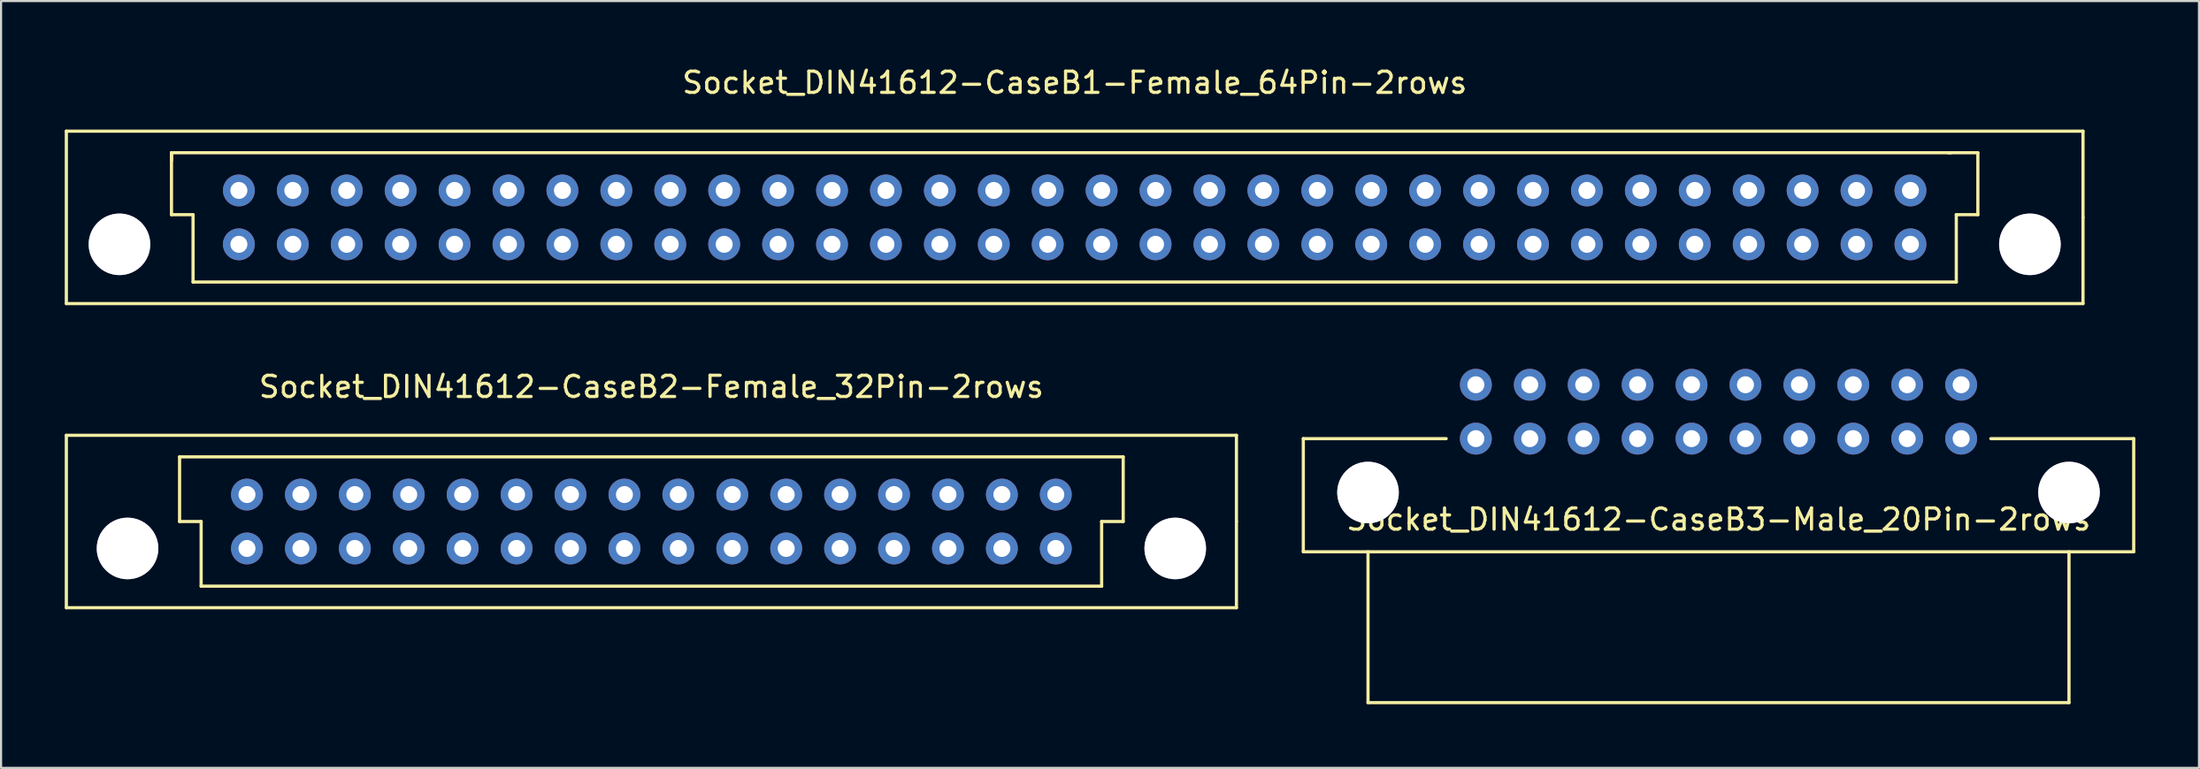
<source format=kicad_pcb>
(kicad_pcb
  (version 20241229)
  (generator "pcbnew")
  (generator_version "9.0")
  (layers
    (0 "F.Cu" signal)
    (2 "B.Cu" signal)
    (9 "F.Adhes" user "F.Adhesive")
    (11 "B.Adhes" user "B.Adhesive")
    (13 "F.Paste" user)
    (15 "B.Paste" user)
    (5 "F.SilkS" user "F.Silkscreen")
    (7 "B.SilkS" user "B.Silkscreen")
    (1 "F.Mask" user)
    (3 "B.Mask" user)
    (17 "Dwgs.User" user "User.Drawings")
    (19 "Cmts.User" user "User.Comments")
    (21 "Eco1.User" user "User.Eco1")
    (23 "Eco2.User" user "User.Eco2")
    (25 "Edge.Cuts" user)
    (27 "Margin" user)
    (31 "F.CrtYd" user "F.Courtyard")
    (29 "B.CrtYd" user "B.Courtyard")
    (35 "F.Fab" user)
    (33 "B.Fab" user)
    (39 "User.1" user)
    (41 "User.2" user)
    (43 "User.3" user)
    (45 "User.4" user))
  (footprint "Socket_DIN41612-CaseB1-Female_64Pin-2rows"
    (layer "F.Cu")
    (at 47.573 7.198)
    (property "Reference" "Socket_DIN41612-CaseB1-Female_64Pin-2rows" (at 0 -6.35 0) (layer "F.SilkS") (effects (font (size 1 1) (thickness 0.15))))
    (attr through_hole)
    (fp_line (start -47.498 -4.064) (end -47.498 4.064) (stroke (width 0.15) (type solid)) (layer "F.SilkS"))
    (fp_line (start -47.498 4.064) (end 47.498 4.064) (stroke (width 0.15) (type solid)) (layer "F.SilkS"))
    (fp_line (start -42.545 -3.048) (end -42.545 -2.667) (stroke (width 0.15) (type solid)) (layer "F.SilkS"))
    (fp_line (start -42.545 -0.127) (end -42.545 -3.048) (stroke (width 0.15) (type solid)) (layer "F.SilkS"))
    (fp_line (start -41.529 -0.127) (end -42.545 -0.127) (stroke (width 0.15) (type solid)) (layer "F.SilkS"))
    (fp_line (start -41.529 3.048) (end -41.529 -0.127) (stroke (width 0.15) (type solid)) (layer "F.SilkS"))
    (fp_line (start 41.275 -3.048) (end -42.545 -3.048) (stroke (width 0.15) (type solid)) (layer "F.SilkS"))
    (fp_line (start 41.529 -0.127) (end 42.545 -0.127) (stroke (width 0.15) (type solid)) (layer "F.SilkS"))
    (fp_line (start 41.529 3.048) (end -41.529 3.048) (stroke (width 0.15) (type solid)) (layer "F.SilkS"))
    (fp_line (start 41.529 3.048) (end 41.529 -0.127) (stroke (width 0.15) (type solid)) (layer "F.SilkS"))
    (fp_line (start 42.545 -3.048) (end 41.148 -3.048) (stroke (width 0.15) (type solid)) (layer "F.SilkS"))
    (fp_line (start 42.545 -0.127) (end 42.545 -3.048) (stroke (width 0.15) (type solid)) (layer "F.SilkS"))
    (fp_line (start 47.498 -4.064) (end -47.498 -4.064) (stroke (width 0.15) (type solid)) (layer "F.SilkS"))
    (fp_line (start 47.498 0) (end 47.498 -4.064) (stroke (width 0.15) (type solid)) (layer "F.SilkS"))
    (fp_line (start 47.498 4.064) (end 47.498 0) (stroke (width 0.15) (type solid)) (layer "F.SilkS"))
    (pad "1" thru_hole circle (at -44.996 1.27) (size 2.901 2.901) (drill 2.901) (layers "*.Cu" "*.Mask"))
    (pad "1" thru_hole circle (at 44.996 1.27) (size 2.901 2.901) (drill 2.901) (layers "*.Cu" "*.Mask"))
    (pad "1a" thru_hole circle (at 39.37 -1.27 180) (size 1.501 1.501) (drill 0.8) (layers "*.Cu" "*.Mask"))
    (pad "1b" thru_hole circle (at 39.37 1.27 180) (size 1.501 1.501) (drill 0.8) (layers "*.Cu" "*.Mask"))
    (pad "2a" thru_hole circle (at 36.83 -1.27 180) (size 1.501 1.501) (drill 0.8) (layers "*.Cu" "*.Mask"))
    (pad "2b" thru_hole circle (at 36.83 1.27 180) (size 1.501 1.501) (drill 0.8) (layers "*.Cu" "*.Mask"))
    (pad "3a" thru_hole circle (at 34.29 -1.27 180) (size 1.501 1.501) (drill 0.8) (layers "*.Cu" "*.Mask"))
    (pad "3b" thru_hole circle (at 34.29 1.27 180) (size 1.501 1.501) (drill 0.8) (layers "*.Cu" "*.Mask"))
    (pad "4a" thru_hole circle (at 31.75 -1.27 180) (size 1.501 1.501) (drill 0.8) (layers "*.Cu" "*.Mask"))
    (pad "4b" thru_hole circle (at 31.75 1.27 180) (size 1.501 1.501) (drill 0.8) (layers "*.Cu" "*.Mask"))
    (pad "5a" thru_hole circle (at 29.21 -1.27 180) (size 1.501 1.501) (drill 0.8) (layers "*.Cu" "*.Mask"))
    (pad "5b" thru_hole circle (at 29.21 1.27 180) (size 1.501 1.501) (drill 0.8) (layers "*.Cu" "*.Mask"))
    (pad "6a" thru_hole circle (at 26.67 -1.27 180) (size 1.501 1.501) (drill 0.8) (layers "*.Cu" "*.Mask"))
    (pad "6b" thru_hole circle (at 26.67 1.27 180) (size 1.501 1.501) (drill 0.8) (layers "*.Cu" "*.Mask"))
    (pad "7a" thru_hole circle (at 24.13 -1.27 180) (size 1.501 1.501) (drill 0.8) (layers "*.Cu" "*.Mask"))
    (pad "7b" thru_hole circle (at 24.13 1.27 180) (size 1.501 1.501) (drill 0.8) (layers "*.Cu" "*.Mask"))
    (pad "8a" thru_hole circle (at 21.59 -1.27 180) (size 1.501 1.501) (drill 0.8) (layers "*.Cu" "*.Mask"))
    (pad "8b" thru_hole circle (at 21.59 1.27 180) (size 1.501 1.501) (drill 0.8) (layers "*.Cu" "*.Mask"))
    (pad "9a" thru_hole circle (at 19.05 -1.27 180) (size 1.501 1.501) (drill 0.8) (layers "*.Cu" "*.Mask"))
    (pad "9b" thru_hole circle (at 19.05 1.27 180) (size 1.501 1.501) (drill 0.8) (layers "*.Cu" "*.Mask"))
    (pad "10a" thru_hole circle (at 16.51 -1.27 180) (size 1.501 1.501) (drill 0.8) (layers "*.Cu" "*.Mask"))
    (pad "10b" thru_hole circle (at 16.51 1.27 180) (size 1.501 1.501) (drill 0.8) (layers "*.Cu" "*.Mask"))
    (pad "11a" thru_hole circle (at 13.97 -1.27 180) (size 1.501 1.501) (drill 0.8) (layers "*.Cu" "*.Mask"))
    (pad "11b" thru_hole circle (at 13.97 1.27 180) (size 1.501 1.501) (drill 0.8) (layers "*.Cu" "*.Mask"))
    (pad "12a" thru_hole circle (at 11.43 -1.27 180) (size 1.501 1.501) (drill 0.8) (layers "*.Cu" "*.Mask"))
    (pad "12b" thru_hole circle (at 11.43 1.27 180) (size 1.501 1.501) (drill 0.8) (layers "*.Cu" "*.Mask"))
    (pad "13a" thru_hole circle (at 8.89 -1.27 180) (size 1.501 1.501) (drill 0.8) (layers "*.Cu" "*.Mask"))
    (pad "13b" thru_hole circle (at 8.89 1.27 180) (size 1.501 1.501) (drill 0.8) (layers "*.Cu" "*.Mask"))
    (pad "14a" thru_hole circle (at 6.35 -1.27 180) (size 1.501 1.501) (drill 0.8) (layers "*.Cu" "*.Mask"))
    (pad "14b" thru_hole circle (at 6.35 1.27 180) (size 1.501 1.501) (drill 0.8) (layers "*.Cu" "*.Mask"))
    (pad "15a" thru_hole circle (at 3.81 -1.27 180) (size 1.501 1.501) (drill 0.8) (layers "*.Cu" "*.Mask"))
    (pad "15b" thru_hole circle (at 3.81 1.27 180) (size 1.501 1.501) (drill 0.8) (layers "*.Cu" "*.Mask"))
    (pad "16a" thru_hole circle (at 1.27 -1.27 180) (size 1.501 1.501) (drill 0.8) (layers "*.Cu" "*.Mask"))
    (pad "16b" thru_hole circle (at 1.27 1.27 180) (size 1.501 1.501) (drill 0.8) (layers "*.Cu" "*.Mask"))
    (pad "17a" thru_hole circle (at -1.27 -1.27 180) (size 1.501 1.501) (drill 0.8) (layers "*.Cu" "*.Mask"))
    (pad "17b" thru_hole circle (at -1.27 1.27 180) (size 1.501 1.501) (drill 0.8) (layers "*.Cu" "*.Mask"))
    (pad "18a" thru_hole circle (at -3.81 -1.27 180) (size 1.501 1.501) (drill 0.8) (layers "*.Cu" "*.Mask"))
    (pad "18b" thru_hole circle (at -3.81 1.27 180) (size 1.501 1.501) (drill 0.8) (layers "*.Cu" "*.Mask"))
    (pad "19a" thru_hole circle (at -6.35 -1.27 180) (size 1.501 1.501) (drill 0.8) (layers "*.Cu" "*.Mask"))
    (pad "19b" thru_hole circle (at -6.35 1.27 180) (size 1.501 1.501) (drill 0.8) (layers "*.Cu" "*.Mask"))
    (pad "20a" thru_hole circle (at -8.89 -1.27 180) (size 1.501 1.501) (drill 0.8) (layers "*.Cu" "*.Mask"))
    (pad "20b" thru_hole circle (at -8.89 1.27 180) (size 1.501 1.501) (drill 0.8) (layers "*.Cu" "*.Mask"))
    (pad "21a" thru_hole circle (at -11.43 -1.27 180) (size 1.501 1.501) (drill 0.8) (layers "*.Cu" "*.Mask"))
    (pad "21b" thru_hole circle (at -11.43 1.27 180) (size 1.501 1.501) (drill 0.8) (layers "*.Cu" "*.Mask"))
    (pad "22a" thru_hole circle (at -13.97 -1.27 180) (size 1.501 1.501) (drill 0.8) (layers "*.Cu" "*.Mask"))
    (pad "22b" thru_hole circle (at -13.97 1.27 180) (size 1.501 1.501) (drill 0.8) (layers "*.Cu" "*.Mask"))
    (pad "23a" thru_hole circle (at -16.51 -1.27 180) (size 1.501 1.501) (drill 0.8) (layers "*.Cu" "*.Mask"))
    (pad "23b" thru_hole circle (at -16.51 1.27 180) (size 1.501 1.501) (drill 0.8) (layers "*.Cu" "*.Mask"))
    (pad "24" thru_hole circle (at -19.05 -1.27 180) (size 1.501 1.501) (drill 0.8) (layers "*.Cu" "*.Mask"))
    (pad "24b" thru_hole circle (at -19.05 1.27 180) (size 1.501 1.501) (drill 0.8) (layers "*.Cu" "*.Mask"))
    (pad "25a" thru_hole circle (at -21.59 -1.27 180) (size 1.501 1.501) (drill 0.8) (layers "*.Cu" "*.Mask"))
    (pad "25b" thru_hole circle (at -21.59 1.27 180) (size 1.501 1.501) (drill 0.8) (layers "*.Cu" "*.Mask"))
    (pad "26a" thru_hole circle (at -24.13 -1.27 180) (size 1.501 1.501) (drill 0.8) (layers "*.Cu" "*.Mask"))
    (pad "26b" thru_hole circle (at -24.13 1.27 180) (size 1.501 1.501) (drill 0.8) (layers "*.Cu" "*.Mask"))
    (pad "27a" thru_hole circle (at -26.67 -1.27 180) (size 1.501 1.501) (drill 0.8) (layers "*.Cu" "*.Mask"))
    (pad "27b" thru_hole circle (at -26.67 1.27 180) (size 1.501 1.501) (drill 0.8) (layers "*.Cu" "*.Mask"))
    (pad "28a" thru_hole circle (at -29.21 -1.27 180) (size 1.501 1.501) (drill 0.8) (layers "*.Cu" "*.Mask"))
    (pad "28b" thru_hole circle (at -29.21 1.27 180) (size 1.501 1.501) (drill 0.8) (layers "*.Cu" "*.Mask"))
    (pad "29a" thru_hole circle (at -31.75 -1.27 180) (size 1.501 1.501) (drill 0.8) (layers "*.Cu" "*.Mask"))
    (pad "29b" thru_hole circle (at -31.75 1.27 180) (size 1.501 1.501) (drill 0.8) (layers "*.Cu" "*.Mask"))
    (pad "30a" thru_hole circle (at -34.29 -1.27 180) (size 1.501 1.501) (drill 0.8) (layers "*.Cu" "*.Mask"))
    (pad "30b" thru_hole circle (at -34.29 1.27 180) (size 1.501 1.501) (drill 0.8) (layers "*.Cu" "*.Mask"))
    (pad "31a" thru_hole circle (at -36.83 -1.27 180) (size 1.501 1.501) (drill 0.8) (layers "*.Cu" "*.Mask"))
    (pad "31b" thru_hole circle (at -36.83 1.27 180) (size 1.501 1.501) (drill 0.8) (layers "*.Cu" "*.Mask"))
    (pad "32a" thru_hole circle (at -39.37 -1.27 180) (size 1.501 1.501) (drill 0.8) (layers "*.Cu" "*.Mask"))
    (pad "32b" thru_hole circle (at -39.37 1.27 180) (size 1.501 1.501) (drill 0.8) (layers "*.Cu" "*.Mask")))
  (footprint "Socket_DIN41612-CaseB3-Male_20Pin-2rows"
    (layer "F.Cu")
    (at 77.901 16.358)
    (property "Reference" "Socket_DIN41612-CaseB3-Male_20Pin-2rows" (at 0 5.08 0) (layer "F.SilkS") (effects (font (size 1 1) (thickness 0.15))))
    (attr through_hole)
    (fp_line (start -19.558 1.27) (end -12.827 1.27) (stroke (width 0.15) (type solid)) (layer "F.SilkS"))
    (fp_line (start -19.558 6.604) (end -19.558 1.27) (stroke (width 0.15) (type solid)) (layer "F.SilkS"))
    (fp_line (start -16.51 13.716) (end -16.51 6.604) (stroke (width 0.15) (type solid)) (layer "F.SilkS"))
    (fp_line (start 16.51 6.604) (end 16.51 13.716) (stroke (width 0.15) (type solid)) (layer "F.SilkS"))
    (fp_line (start 16.51 13.716) (end -16.51 13.716) (stroke (width 0.15) (type solid)) (layer "F.SilkS"))
    (fp_line (start 19.558 1.27) (end 12.827 1.27) (stroke (width 0.15) (type solid)) (layer "F.SilkS"))
    (fp_line (start 19.558 1.27) (end 19.558 6.604) (stroke (width 0.15) (type solid)) (layer "F.SilkS"))
    (fp_line (start 19.558 6.604) (end -19.558 6.604) (stroke (width 0.15) (type solid)) (layer "F.SilkS"))
    (pad "1" thru_hole circle (at -16.51 3.81) (size 2.901 2.901) (drill 2.901) (layers "*.Cu" "*.Mask"))
    (pad "1" thru_hole circle (at 16.51 3.81) (size 2.901 2.901) (drill 2.901) (layers "*.Cu" "*.Mask"))
    (pad "1a" thru_hole circle (at 11.43 -1.27 180) (size 1.501 1.501) (drill 0.8) (layers "*.Cu" "*.Mask"))
    (pad "1b" thru_hole circle (at 11.43 1.27 180) (size 1.501 1.501) (drill 0.8) (layers "*.Cu" "*.Mask"))
    (pad "2a" thru_hole circle (at 8.89 -1.27 180) (size 1.501 1.501) (drill 0.8) (layers "*.Cu" "*.Mask"))
    (pad "2b" thru_hole circle (at 8.89 1.27 180) (size 1.501 1.501) (drill 0.8) (layers "*.Cu" "*.Mask"))
    (pad "3a" thru_hole circle (at 6.35 -1.27 180) (size 1.501 1.501) (drill 0.8) (layers "*.Cu" "*.Mask"))
    (pad "3b" thru_hole circle (at 6.35 1.27 180) (size 1.501 1.501) (drill 0.8) (layers "*.Cu" "*.Mask"))
    (pad "4a" thru_hole circle (at 3.81 -1.27 180) (size 1.501 1.501) (drill 0.8) (layers "*.Cu" "*.Mask"))
    (pad "4b" thru_hole circle (at 3.81 1.27 180) (size 1.501 1.501) (drill 0.8) (layers "*.Cu" "*.Mask"))
    (pad "5a" thru_hole circle (at 1.27 -1.27 180) (size 1.501 1.501) (drill 0.8) (layers "*.Cu" "*.Mask"))
    (pad "5b" thru_hole circle (at 1.27 1.27 180) (size 1.501 1.501) (drill 0.8) (layers "*.Cu" "*.Mask"))
    (pad "6a" thru_hole circle (at -1.27 -1.27 180) (size 1.501 1.501) (drill 0.8) (layers "*.Cu" "*.Mask"))
    (pad "6b" thru_hole circle (at -1.27 1.27 180) (size 1.501 1.501) (drill 0.8) (layers "*.Cu" "*.Mask"))
    (pad "7a" thru_hole circle (at -3.81 -1.27 180) (size 1.501 1.501) (drill 0.8) (layers "*.Cu" "*.Mask"))
    (pad "7b" thru_hole circle (at -3.81 1.27 180) (size 1.501 1.501) (drill 0.8) (layers "*.Cu" "*.Mask"))
    (pad "8a" thru_hole circle (at -6.35 -1.27 180) (size 1.501 1.501) (drill 0.8) (layers "*.Cu" "*.Mask"))
    (pad "8b" thru_hole circle (at -6.35 1.27 180) (size 1.501 1.501) (drill 0.8) (layers "*.Cu" "*.Mask"))
    (pad "9a" thru_hole circle (at -8.89 -1.27 180) (size 1.501 1.501) (drill 0.8) (layers "*.Cu" "*.Mask"))
    (pad "9b" thru_hole circle (at -8.89 1.27 180) (size 1.501 1.501) (drill 0.8) (layers "*.Cu" "*.Mask"))
    (pad "10a" thru_hole circle (at -11.43 -1.27 180) (size 1.501 1.501) (drill 0.8) (layers "*.Cu" "*.Mask"))
    (pad "10b" thru_hole circle (at -11.43 1.27 180) (size 1.501 1.501) (drill 0.8) (layers "*.Cu" "*.Mask")))
  (footprint "Socket_DIN41612-CaseB2-Female_32Pin-2rows"
    (layer "F.Cu")
    (at 27.634 21.535)
    (property "Reference" "Socket_DIN41612-CaseB2-Female_32Pin-2rows" (at 0 -6.35 0) (layer "F.SilkS") (effects (font (size 1 1) (thickness 0.15))))
    (attr through_hole)
    (fp_line (start -27.559 -4.064) (end -27.559 4.064) (stroke (width 0.15) (type solid)) (layer "F.SilkS"))
    (fp_line (start -27.559 4.064) (end 27.559 4.064) (stroke (width 0.15) (type solid)) (layer "F.SilkS"))
    (fp_line (start -22.225 0) (end -22.225 -3.048) (stroke (width 0.15) (type solid)) (layer "F.SilkS"))
    (fp_line (start -21.209 0) (end -22.225 0) (stroke (width 0.15) (type solid)) (layer "F.SilkS"))
    (fp_line (start -21.209 3.048) (end -21.209 0) (stroke (width 0.15) (type solid)) (layer "F.SilkS"))
    (fp_line (start -21.209 3.048) (end 21.209 3.048) (stroke (width 0.15) (type solid)) (layer "F.SilkS"))
    (fp_line (start 21.209 0) (end 22.225 0) (stroke (width 0.15) (type solid)) (layer "F.SilkS"))
    (fp_line (start 21.209 3.048) (end 21.209 0) (stroke (width 0.15) (type solid)) (layer "F.SilkS"))
    (fp_line (start 22.225 -3.048) (end -22.225 -3.048) (stroke (width 0.15) (type solid)) (layer "F.SilkS"))
    (fp_line (start 22.225 0) (end 22.225 -3.048) (stroke (width 0.15) (type solid)) (layer "F.SilkS"))
    (fp_line (start 27.559 -4.064) (end -27.559 -4.064) (stroke (width 0.15) (type solid)) (layer "F.SilkS"))
    (fp_line (start 27.559 0) (end 27.559 -4.064) (stroke (width 0.15) (type solid)) (layer "F.SilkS"))
    (fp_line (start 27.559 4.064) (end 27.559 0) (stroke (width 0.15) (type solid)) (layer "F.SilkS"))
    (pad "1" thru_hole circle (at -24.676 1.27) (size 2.901 2.901) (drill 2.901) (layers "*.Cu" "*.Mask"))
    (pad "1" thru_hole circle (at 24.676 1.27) (size 2.901 2.901) (drill 2.901) (layers "*.Cu" "*.Mask"))
    (pad "1a" thru_hole circle (at 19.05 -1.27 180) (size 1.501 1.501) (drill 0.8) (layers "*.Cu" "*.Mask"))
    (pad "1b" thru_hole circle (at 19.05 1.27 180) (size 1.501 1.501) (drill 0.8) (layers "*.Cu" "*.Mask"))
    (pad "2a" thru_hole circle (at 16.51 -1.27 180) (size 1.501 1.501) (drill 0.8) (layers "*.Cu" "*.Mask"))
    (pad "2b" thru_hole circle (at 16.51 1.27 180) (size 1.501 1.501) (drill 0.8) (layers "*.Cu" "*.Mask"))
    (pad "3a" thru_hole circle (at 13.97 -1.27 180) (size 1.501 1.501) (drill 0.8) (layers "*.Cu" "*.Mask"))
    (pad "3b" thru_hole circle (at 13.97 1.27 180) (size 1.501 1.501) (drill 0.8) (layers "*.Cu" "*.Mask"))
    (pad "4a" thru_hole circle (at 11.43 -1.27 180) (size 1.501 1.501) (drill 0.8) (layers "*.Cu" "*.Mask"))
    (pad "4b" thru_hole circle (at 11.43 1.27 180) (size 1.501 1.501) (drill 0.8) (layers "*.Cu" "*.Mask"))
    (pad "5a" thru_hole circle (at 8.89 -1.27 180) (size 1.501 1.501) (drill 0.8) (layers "*.Cu" "*.Mask"))
    (pad "5b" thru_hole circle (at 8.89 1.27 180) (size 1.501 1.501) (drill 0.8) (layers "*.Cu" "*.Mask"))
    (pad "6a" thru_hole circle (at 6.35 -1.27 180) (size 1.501 1.501) (drill 0.8) (layers "*.Cu" "*.Mask"))
    (pad "6b" thru_hole circle (at 6.35 1.27 180) (size 1.501 1.501) (drill 0.8) (layers "*.Cu" "*.Mask"))
    (pad "7a" thru_hole circle (at 3.81 -1.27 180) (size 1.501 1.501) (drill 0.8) (layers "*.Cu" "*.Mask"))
    (pad "7b" thru_hole circle (at 3.81 1.27 180) (size 1.501 1.501) (drill 0.8) (layers "*.Cu" "*.Mask"))
    (pad "8a" thru_hole circle (at 1.27 -1.27 180) (size 1.501 1.501) (drill 0.8) (layers "*.Cu" "*.Mask"))
    (pad "8b" thru_hole circle (at 1.27 1.27 180) (size 1.501 1.501) (drill 0.8) (layers "*.Cu" "*.Mask"))
    (pad "9a" thru_hole circle (at -1.27 -1.27 180) (size 1.501 1.501) (drill 0.8) (layers "*.Cu" "*.Mask"))
    (pad "9b" thru_hole circle (at -1.27 1.27 180) (size 1.501 1.501) (drill 0.8) (layers "*.Cu" "*.Mask"))
    (pad "10a" thru_hole circle (at -3.81 -1.27 180) (size 1.501 1.501) (drill 0.8) (layers "*.Cu" "*.Mask"))
    (pad "10b" thru_hole circle (at -3.81 1.27 180) (size 1.501 1.501) (drill 0.8) (layers "*.Cu" "*.Mask"))
    (pad "11a" thru_hole circle (at -6.35 -1.27 180) (size 1.501 1.501) (drill 0.8) (layers "*.Cu" "*.Mask"))
    (pad "11b" thru_hole circle (at -6.35 1.27 180) (size 1.501 1.501) (drill 0.8) (layers "*.Cu" "*.Mask"))
    (pad "12a" thru_hole circle (at -8.89 -1.27 180) (size 1.501 1.501) (drill 0.8) (layers "*.Cu" "*.Mask"))
    (pad "12b" thru_hole circle (at -8.89 1.27 180) (size 1.501 1.501) (drill 0.8) (layers "*.Cu" "*.Mask"))
    (pad "13a" thru_hole circle (at -11.43 -1.27 180) (size 1.501 1.501) (drill 0.8) (layers "*.Cu" "*.Mask"))
    (pad "13b" thru_hole circle (at -11.43 1.27 180) (size 1.501 1.501) (drill 0.8) (layers "*.Cu" "*.Mask"))
    (pad "14a" thru_hole circle (at -13.97 -1.27 180) (size 1.501 1.501) (drill 0.8) (layers "*.Cu" "*.Mask"))
    (pad "14b" thru_hole circle (at -13.97 1.27 180) (size 1.501 1.501) (drill 0.8) (layers "*.Cu" "*.Mask"))
    (pad "15a" thru_hole circle (at -16.51 -1.27 180) (size 1.501 1.501) (drill 0.8) (layers "*.Cu" "*.Mask"))
    (pad "15b" thru_hole circle (at -16.51 1.27 180) (size 1.501 1.501) (drill 0.8) (layers "*.Cu" "*.Mask"))
    (pad "16a" thru_hole circle (at -19.05 -1.27 180) (size 1.501 1.501) (drill 0.8) (layers "*.Cu" "*.Mask"))
    (pad "16b" thru_hole circle (at -19.05 1.27 180) (size 1.501 1.501) (drill 0.8) (layers "*.Cu" "*.Mask")))
  (gr_rect
    (start -3 -3)
    (end 100.534 33.149)
    (stroke (width 0.1) (type default))
    (fill no)
    (layer "Edge.Cuts")))
</source>
